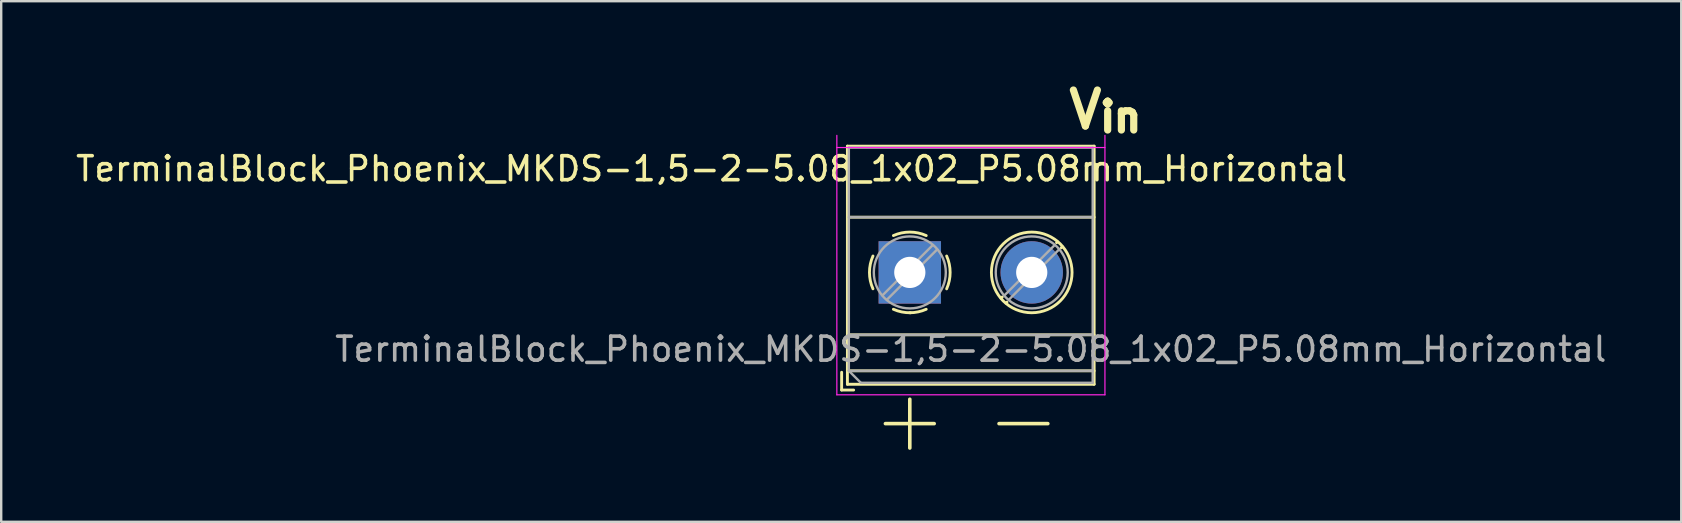
<source format=kicad_pcb>
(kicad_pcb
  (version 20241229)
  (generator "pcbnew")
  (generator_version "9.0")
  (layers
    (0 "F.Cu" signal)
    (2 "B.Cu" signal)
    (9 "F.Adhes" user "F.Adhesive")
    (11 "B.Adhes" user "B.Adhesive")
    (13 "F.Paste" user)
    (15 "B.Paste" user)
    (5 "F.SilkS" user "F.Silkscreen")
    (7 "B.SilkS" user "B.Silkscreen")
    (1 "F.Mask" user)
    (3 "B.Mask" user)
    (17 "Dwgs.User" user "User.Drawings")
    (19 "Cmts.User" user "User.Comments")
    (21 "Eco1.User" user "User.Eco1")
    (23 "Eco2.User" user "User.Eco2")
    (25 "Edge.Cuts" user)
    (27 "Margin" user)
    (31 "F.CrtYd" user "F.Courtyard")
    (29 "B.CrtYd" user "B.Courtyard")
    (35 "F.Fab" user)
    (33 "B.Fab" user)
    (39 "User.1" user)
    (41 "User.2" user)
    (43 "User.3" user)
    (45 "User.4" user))
  (footprint "TerminalBlock_Phoenix_MKDS-1,5-2-5.08_1x02_P5.08mm_Horizontal"
    (layer "F.Cu")
    (at 34.856 8.3)
    (property "Reference" "TerminalBlock_Phoenix_MKDS-1,5-2-5.08_1x02_P5.08mm_Horizontal" (at -8.255 -4.318 0) (layer "F.SilkS") (effects (font (size 1 1) (thickness 0.15))))
    (attr through_hole)
    (fp_line (start -2.84 4.16) (end -2.84 4.9) (stroke (width 0.12) (type solid)) (layer "F.SilkS"))
    (fp_line (start -2.84 4.9) (end -2.34 4.9) (stroke (width 0.12) (type solid)) (layer "F.SilkS"))
    (fp_line (start -2.6 -5.261) (end -2.6 4.66) (stroke (width 0.12) (type solid)) (layer "F.SilkS"))
    (fp_line (start -2.6 -5.261) (end 7.68 -5.261) (stroke (width 0.12) (type solid)) (layer "F.SilkS"))
    (fp_line (start -2.6 -2.301) (end 7.68 -2.301) (stroke (width 0.12) (type solid)) (layer "F.SilkS"))
    (fp_line (start -2.6 2.6) (end 7.68 2.6) (stroke (width 0.12) (type solid)) (layer "F.SilkS"))
    (fp_line (start -2.6 4.1) (end 7.68 4.1) (stroke (width 0.12) (type solid)) (layer "F.SilkS"))
    (fp_line (start -2.6 4.66) (end 7.68 4.66) (stroke (width 0.12) (type solid)) (layer "F.SilkS"))
    (fp_line (start -1.016 6.3) (end 1.016 6.3) (stroke (width 0.15) (type default)) (layer "F.SilkS"))
    (fp_line (start 0 5.284) (end 0 7.316) (stroke (width 0.15) (type default)) (layer "F.SilkS"))
    (fp_line (start 3.718 6.3) (end 5.75 6.3) (stroke (width 0.15) (type default)) (layer "F.SilkS"))
    (fp_line (start 3.853 1.023) (end 3.806 1.069) (stroke (width 0.12) (type solid)) (layer "F.SilkS"))
    (fp_line (start 4.046 1.239) (end 4.011 1.274) (stroke (width 0.12) (type solid)) (layer "F.SilkS"))
    (fp_line (start 6.15 -1.275) (end 6.115 -1.239) (stroke (width 0.12) (type solid)) (layer "F.SilkS"))
    (fp_line (start 6.355 -1.069) (end 6.308 -1.023) (stroke (width 0.12) (type solid)) (layer "F.SilkS"))
    (fp_line (start 7.68 -5.261) (end 7.68 4.66) (stroke (width 0.12) (type solid)) (layer "F.SilkS"))
    (fp_arc (start -1.535427 0.683042) (mid -1.680501 -0.000524) (end -1.535 -0.684) (stroke (width 0.12) (type solid)) (layer "F.SilkS"))
    (fp_arc (start -0.683042 -1.535427) (mid 0.000524 -1.680501) (end 0.684 -1.535) (stroke (width 0.12) (type solid)) (layer "F.SilkS"))
    (fp_arc (start 0.028805 1.680253) (mid -0.335551 1.646659) (end -0.684 1.535) (stroke (width 0.12) (type solid)) (layer "F.SilkS"))
    (fp_arc (start 0.683318 1.534756) (mid 0.349292 1.643288) (end 0 1.68) (stroke (width 0.12) (type solid)) (layer "F.SilkS"))
    (fp_arc (start 1.535427 -0.683042) (mid 1.680501 0.000524) (end 1.535 0.684) (stroke (width 0.12) (type solid)) (layer "F.SilkS"))
    (fp_circle (center 5.08 0) (end 6.76 0) (stroke (width 0.12) (type solid)) (fill no) (layer "F.SilkS"))
    (fp_line (start -3.04 -5.71) (end -3.04 5.1) (stroke (width 0.05) (type solid)) (layer "F.CrtYd"))
    (fp_line (start -3.04 5.1) (end 8.13 5.1) (stroke (width 0.05) (type solid)) (layer "F.CrtYd"))
    (fp_line (start 8.13 -5.202) (end -3.04 -5.202) (stroke (width 0.05) (type solid)) (layer "F.CrtYd"))
    (fp_line (start 8.13 5.1) (end 8.13 -5.71) (stroke (width 0.05) (type solid)) (layer "F.CrtYd"))
    (fp_line (start -2.54 -5.2) (end 7.62 -5.2) (stroke (width 0.1) (type solid)) (layer "F.Fab"))
    (fp_line (start -2.54 -2.3) (end 7.62 -2.3) (stroke (width 0.1) (type solid)) (layer "F.Fab"))
    (fp_line (start -2.54 2.6) (end 7.62 2.6) (stroke (width 0.1) (type solid)) (layer "F.Fab"))
    (fp_line (start -2.54 4.1) (end -2.54 -5.2) (stroke (width 0.1) (type solid)) (layer "F.Fab"))
    (fp_line (start -2.54 4.1) (end 7.62 4.1) (stroke (width 0.1) (type solid)) (layer "F.Fab"))
    (fp_line (start -2.04 4.6) (end -2.54 4.1) (stroke (width 0.1) (type solid)) (layer "F.Fab"))
    (fp_line (start 0.955 -1.138) (end -1.138 0.955) (stroke (width 0.1) (type solid)) (layer "F.Fab"))
    (fp_line (start 1.138 -0.955) (end -0.955 1.138) (stroke (width 0.1) (type solid)) (layer "F.Fab"))
    (fp_line (start 6.035 -1.138) (end 3.943 0.955) (stroke (width 0.1) (type solid)) (layer "F.Fab"))
    (fp_line (start 6.218 -0.955) (end 4.126 1.138) (stroke (width 0.1) (type solid)) (layer "F.Fab"))
    (fp_line (start 7.62 -5.2) (end 7.62 4.6) (stroke (width 0.1) (type solid)) (layer "F.Fab"))
    (fp_line (start 7.62 4.6) (end -2.04 4.6) (stroke (width 0.1) (type solid)) (layer "F.Fab"))
    (fp_circle (center 0 0) (end 1.5 0) (stroke (width 0.1) (type solid)) (fill no) (layer "F.Fab"))
    (fp_circle (center 5.08 0) (end 6.58 0) (stroke (width 0.1) (type solid)) (fill no) (layer "F.Fab"))
    (fp_text user "V_{in}\n" (at 6.475 -5.9 0) (unlocked yes) (layer "F.SilkS") (effects (font (size 1.5 1.5) (thickness 0.3) (bold yes)) (justify left bottom)))
    (fp_text user "${REFERENCE}" (at 2.54 3.2 0) (layer "F.Fab") (effects (font (size 1 1) (thickness 0.15))))
    (pad "1" thru_hole rect (at 0 0) (size 2.6 2.6) (drill 1.3) (layers "*.Cu" "*.Mask"))
    (pad "2" thru_hole circle (at 5.08 0) (size 2.6 2.6) (drill 1.3) (layers "*.Cu" "*.Mask")))
  (gr_rect
    (start -3 -3)
    (end 66.997 18.691)
    (stroke (width 0.1) (type default))
    (fill no)
    (layer "Edge.Cuts")))
</source>
